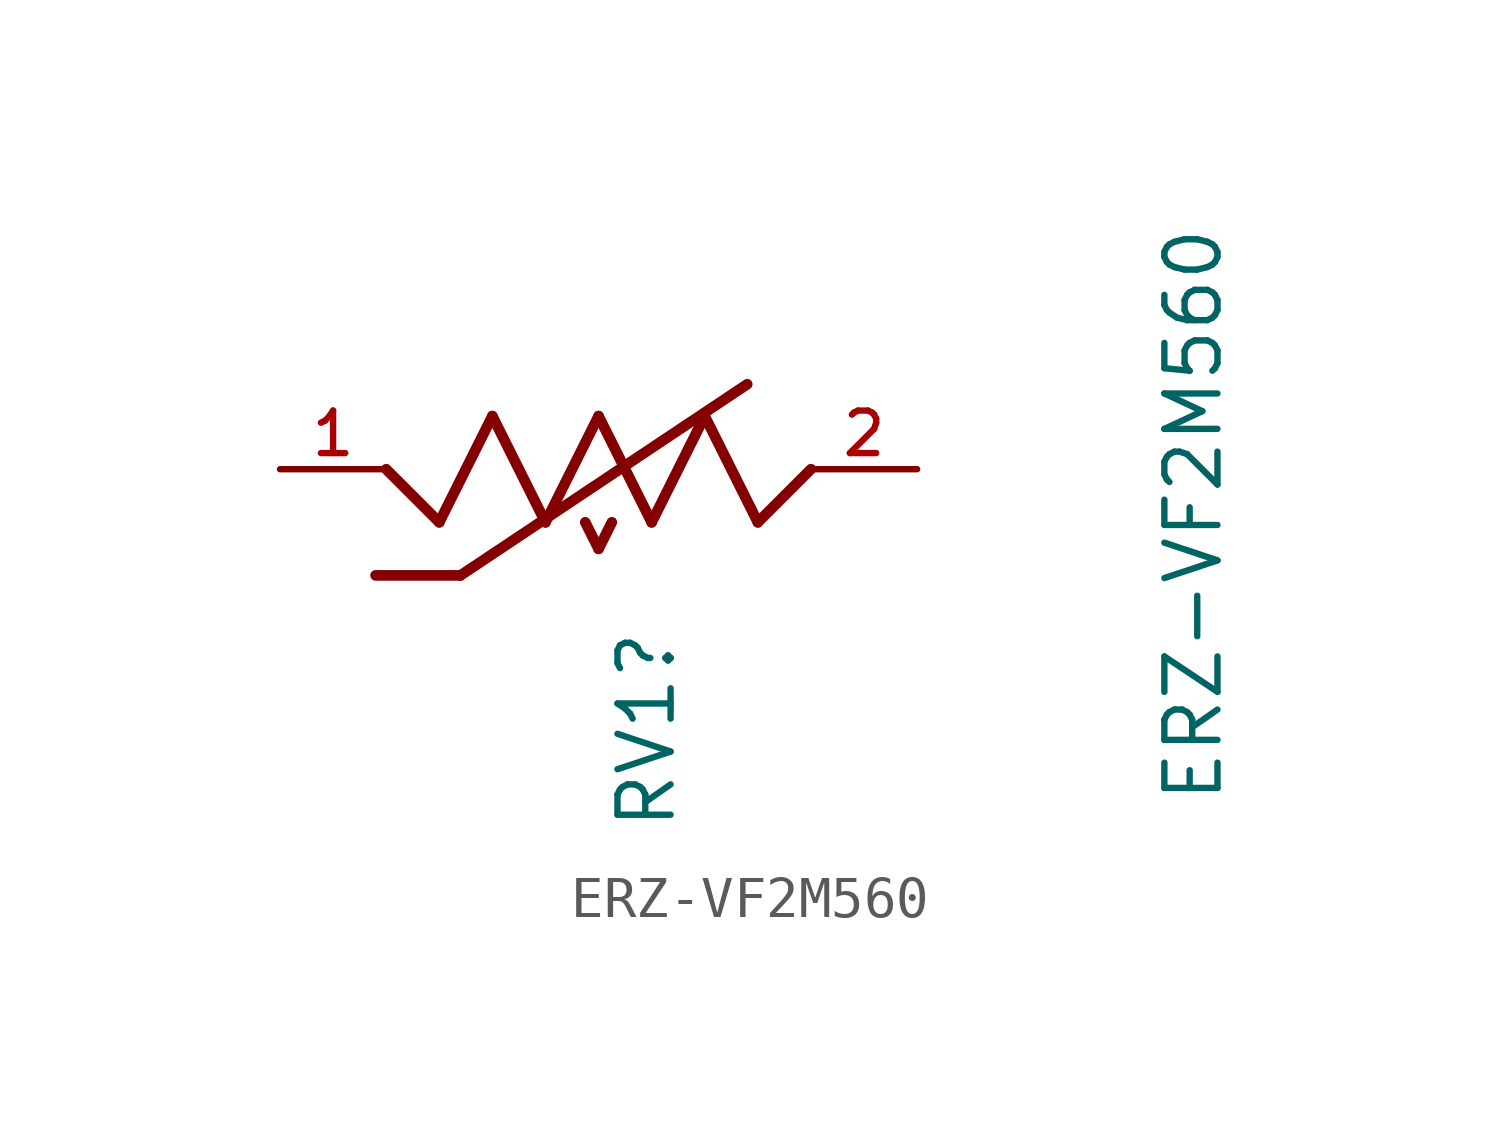
<source format=kicad_sym>
(kicad_symbol_lib
  (version 20231120)
  (generator "kicad_symbol_editor")
  (generator_version "8.0")
  (symbol "ERZ-VF2M560"
    (pin_names
      (offset 1.016))
    (property "Reference" "RV1"
      (at 1.143 -3.81 90)
      (effects (font (size 1.27 1.27)) (justify right)))
    (property "Value" "ERZ-VF2M560"
      (at 14.224 5.842 90)
      (effects (font (size 1.27 1.27)) (justify right)))
    (symbol "ERZ-VF2M560_0_0"
      (polyline (pts (xy -3.81 -1.27) (xy -5.08 0)) (stroke (width 0.254) (type default)) (fill (type none)))
      (polyline (pts (xy -3.302 -2.54) (xy -5.334 -2.54)) (stroke (width 0.254) (type default)) (fill (type none)))
      (polyline (pts (xy -3.302 -2.54) (xy 3.556 2.032)) (stroke (width 0.254) (type default)) (fill (type none)))
      (polyline (pts (xy -2.54 1.27) (xy -3.81 -1.27)) (stroke (width 0.254) (type default)) (fill (type none)))
      (polyline (pts (xy -1.27 -1.27) (xy -2.54 1.27)) (stroke (width 0.254) (type default)) (fill (type none)))
      (polyline (pts (xy -1.27 -1.27) (xy 0 1.27)) (stroke (width 0.254) (type default)) (fill (type none)))
      (polyline (pts (xy -0.318 -1.27) (xy 0 -1.905)) (stroke (width 0.254) (type default)) (fill (type none)))
      (polyline (pts (xy 0 -1.905) (xy 0.318 -1.27)) (stroke (width 0.254) (type default)) (fill (type none)))
      (polyline (pts (xy 0 1.27) (xy 1.27 -1.27)) (stroke (width 0.254) (type default)) (fill (type none)))
      (polyline (pts (xy 1.27 -1.27) (xy 2.54 1.27)) (stroke (width 0.254) (type default)) (fill (type none)))
      (polyline (pts (xy 2.54 1.27) (xy 3.81 -1.27)) (stroke (width 0.254) (type default)) (fill (type none)))
      (polyline (pts (xy 3.81 -1.27) (xy 5.08 0)) (stroke (width 0.254) (type default)) (fill (type none)))
      (pin passive line (at -7.62 0 0) (length 2.54) (name "~" (effects (font (size 1.016 1.016)))) (number "1" (effects (font (size 1.016 1.016)))))
      (pin passive line (at 7.62 0 180) (length 2.54) (name "~" (effects (font (size 1.016 1.016)))) (number "2" (effects (font (size 1.016 1.016))))))))
</source>
